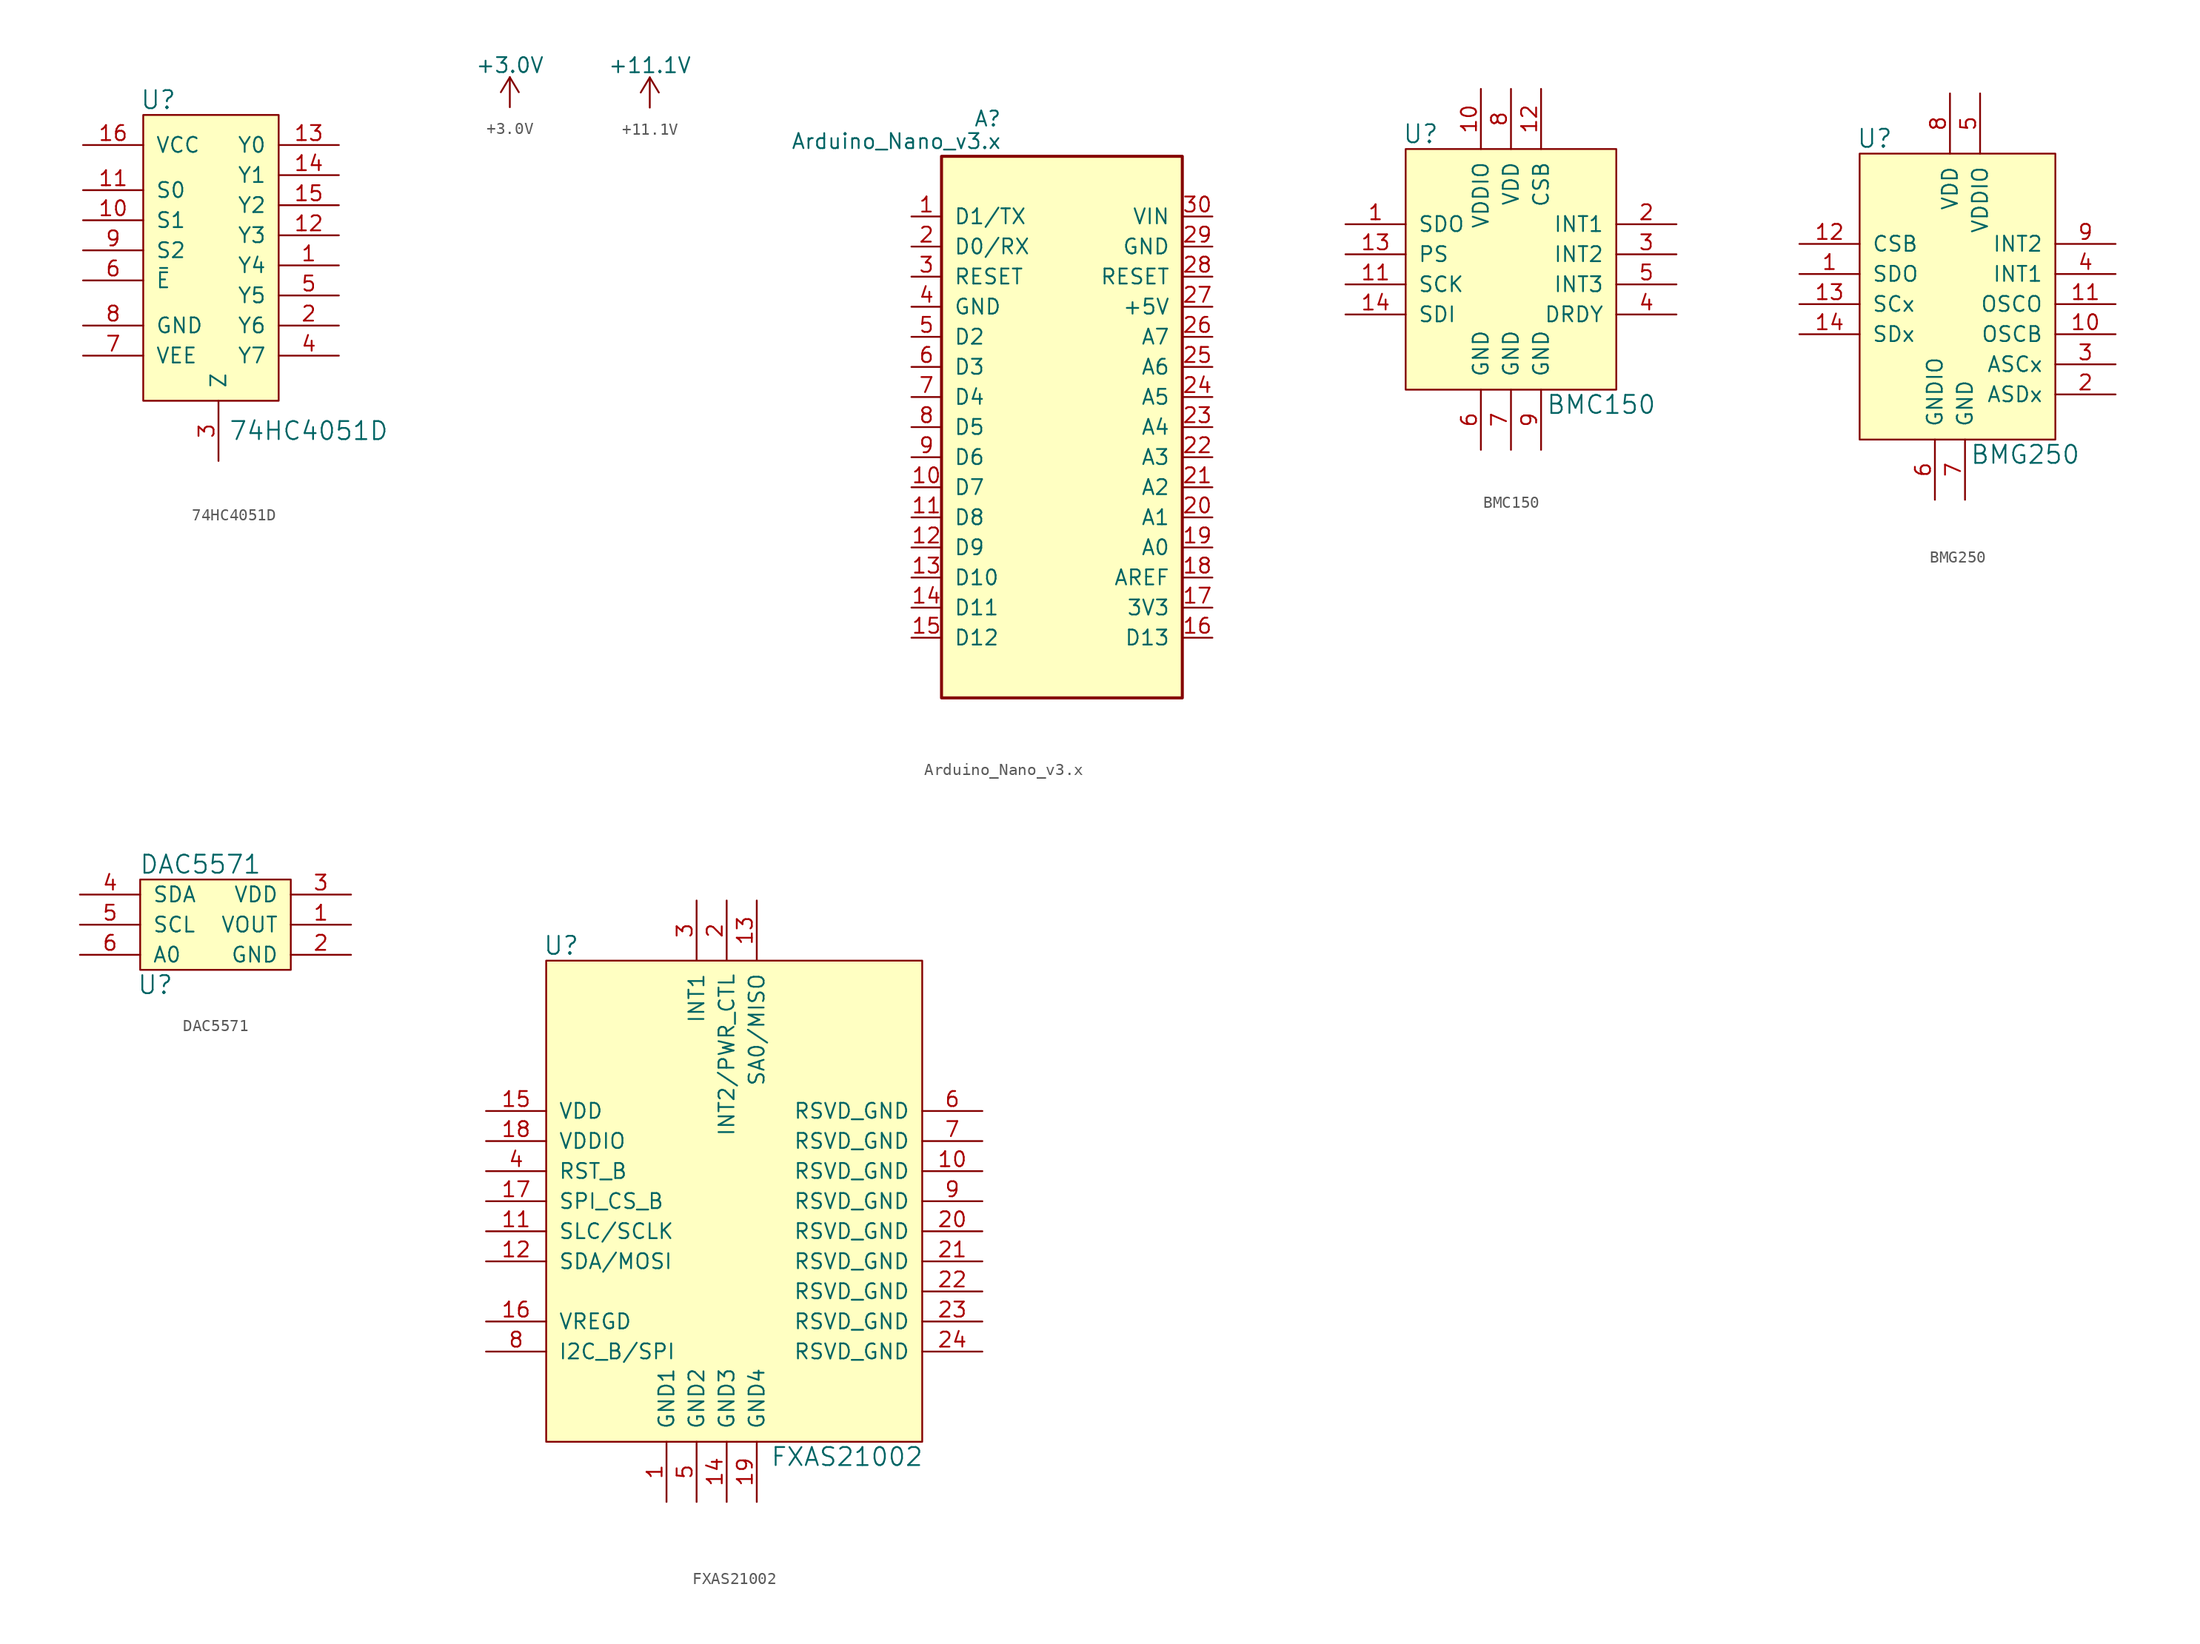
<source format=kicad_sym>
(kicad_symbol_lib
  (version 20211014)
  (generator kicad_symbol_editor)
  (symbol "74HC4051D"
    (pin_names
      (offset 1.016))
    (property "Reference" "U"
      (at -5.08 13.97 0)
      (effects (font (size 1.524 1.524))))
    (property "Value" "74HC4051D"
      (at 7.62 -13.97 0)
      (effects (font (size 1.524 1.524))))
    (symbol "74HC4051D_0_1"
      (rectangle (start -6.35 -11.43) (end 5.08 12.7) (stroke (width 0) (type default) (color 0 0 0 0)) (fill (type background))))
    (symbol "74HC4051D_1_1"
      (pin input line (at 10.16 0 180) (length 5.08) (name "Y4" (effects (font (size 1.27 1.27)))) (number "1" (effects (font (size 1.27 1.27)))))
      (pin input line (at -11.43 3.81 0) (length 5.08) (name "S1" (effects (font (size 1.27 1.27)))) (number "10" (effects (font (size 1.27 1.27)))))
      (pin input line (at -11.43 6.35 0) (length 5.08) (name "S0" (effects (font (size 1.27 1.27)))) (number "11" (effects (font (size 1.27 1.27)))))
      (pin input line (at 10.16 2.54 180) (length 5.08) (name "Y3" (effects (font (size 1.27 1.27)))) (number "12" (effects (font (size 1.27 1.27)))))
      (pin input line (at 10.16 10.16 180) (length 5.08) (name "Y0" (effects (font (size 1.27 1.27)))) (number "13" (effects (font (size 1.27 1.27)))))
      (pin input line (at 10.16 7.62 180) (length 5.08) (name "Y1" (effects (font (size 1.27 1.27)))) (number "14" (effects (font (size 1.27 1.27)))))
      (pin input line (at 10.16 5.08 180) (length 5.08) (name "Y2" (effects (font (size 1.27 1.27)))) (number "15" (effects (font (size 1.27 1.27)))))
      (pin input line (at -11.43 10.16 0) (length 5.08) (name "VCC" (effects (font (size 1.27 1.27)))) (number "16" (effects (font (size 1.27 1.27)))))
      (pin input line (at 10.16 -5.08 180) (length 5.08) (name "Y6" (effects (font (size 1.27 1.27)))) (number "2" (effects (font (size 1.27 1.27)))))
      (pin input line (at 0 -16.51 90) (length 5.08) (name "Z" (effects (font (size 1.27 1.27)))) (number "3" (effects (font (size 1.27 1.27)))))
      (pin input line (at 10.16 -7.62 180) (length 5.08) (name "Y7" (effects (font (size 1.27 1.27)))) (number "4" (effects (font (size 1.27 1.27)))))
      (pin input line (at 10.16 -2.54 180) (length 5.08) (name "Y5" (effects (font (size 1.27 1.27)))) (number "5" (effects (font (size 1.27 1.27)))))
      (pin input line (at -11.43 -1.27 0) (length 5.08) (name "Ē" (effects (font (size 1.27 1.27)))) (number "6" (effects (font (size 1.27 1.27)))))
      (pin input line (at -11.43 -7.62 0) (length 5.08) (name "VEE" (effects (font (size 1.27 1.27)))) (number "7" (effects (font (size 1.27 1.27)))))
      (pin input line (at -11.43 -5.08 0) (length 5.08) (name "GND" (effects (font (size 1.27 1.27)))) (number "8" (effects (font (size 1.27 1.27)))))
      (pin input line (at -11.43 1.27 0) (length 5.08) (name "S2" (effects (font (size 1.27 1.27)))) (number "9" (effects (font (size 1.27 1.27)))))))
  (symbol "+3.0V"
    (power)
    (pin_names
      (offset 0))
    (property "Reference" "#PWR"
      (at 0 -3.81 0)
      (effects (font (size 1.27 1.27)) hide))
    (property "Value" "+3.0V"
      (at 0 3.556 0)
      (effects (font (size 1.27 1.27))))
    (symbol "+3.0V_0_1"
      (polyline (pts (xy -0.762 1.27) (xy 0 2.54)) (stroke (width 0) (type default) (color 0 0 0 0)) (fill (type none)))
      (polyline (pts (xy 0 0) (xy 0 2.54)) (stroke (width 0) (type default) (color 0 0 0 0)) (fill (type none)))
      (polyline (pts (xy 0 2.54) (xy 0.762 1.27)) (stroke (width 0) (type default) (color 0 0 0 0)) (fill (type none))))
    (symbol "+3.0V_1_1"
      (pin power_in line (at 0 0 90) (length 0) hide (name "+3.0V" (effects (font (size 1.27 1.27)))) (number "1" (effects (font (size 1.27 1.27)))))))
  (symbol "+11.1V"
    (power)
    (pin_names
      (offset 0))
    (property "Reference" "#PWR"
      (at 0 -3.81 0)
      (effects (font (size 1.27 1.27)) hide))
    (property "Value" "+11.1V"
      (at 0 3.556 0)
      (effects (font (size 1.27 1.27))))
    (symbol "+11.1V_0_1"
      (polyline (pts (xy -0.762 1.27) (xy 0 2.54)) (stroke (width 0) (type default) (color 0 0 0 0)) (fill (type none)))
      (polyline (pts (xy 0 0) (xy 0 2.54)) (stroke (width 0) (type default) (color 0 0 0 0)) (fill (type none)))
      (polyline (pts (xy 0 2.54) (xy 0.762 1.27)) (stroke (width 0) (type default) (color 0 0 0 0)) (fill (type none))))
    (symbol "+11.1V_1_1"
      (pin power_in line (at 0 0 90) (length 0) hide (name "+11.1V" (effects (font (size 1.27 1.27)))) (number "1" (effects (font (size 1.27 1.27)))))))
  (symbol "Arduino_Nano_v3.x"
    (pin_names
      (offset 1.016))
    (property "Reference" "A"
      (at -5.08 26.035 0)
      (effects (font (size 1.27 1.27)) (justify right)))
    (property "Value" "Arduino_Nano_v3.x"
      (at -5.08 24.13 0)
      (effects (font (size 1.27 1.27)) (justify right)))
    (symbol "Arduino_Nano_v3.x_0_1"
      (rectangle (start -10.16 22.86) (end 10.16 -22.86) (stroke (width 0.254) (type default) (color 0 0 0 0)) (fill (type background))))
    (symbol "Arduino_Nano_v3.x_1_1"
      (pin bidirectional line (at -12.7 17.78 0) (length 2.54) (name "D1/TX" (effects (font (size 1.27 1.27)))) (number "1" (effects (font (size 1.27 1.27)))))
      (pin bidirectional line (at -12.7 -5.08 0) (length 2.54) (name "D7" (effects (font (size 1.27 1.27)))) (number "10" (effects (font (size 1.27 1.27)))))
      (pin bidirectional line (at -12.7 -7.62 0) (length 2.54) (name "D8" (effects (font (size 1.27 1.27)))) (number "11" (effects (font (size 1.27 1.27)))))
      (pin bidirectional line (at -12.7 -10.16 0) (length 2.54) (name "D9" (effects (font (size 1.27 1.27)))) (number "12" (effects (font (size 1.27 1.27)))))
      (pin bidirectional line (at -12.7 -12.7 0) (length 2.54) (name "D10" (effects (font (size 1.27 1.27)))) (number "13" (effects (font (size 1.27 1.27)))))
      (pin bidirectional line (at -12.7 -15.24 0) (length 2.54) (name "D11" (effects (font (size 1.27 1.27)))) (number "14" (effects (font (size 1.27 1.27)))))
      (pin bidirectional line (at -12.7 -17.78 0) (length 2.54) (name "D12" (effects (font (size 1.27 1.27)))) (number "15" (effects (font (size 1.27 1.27)))))
      (pin bidirectional line (at 12.7 -17.78 180) (length 2.54) (name "D13" (effects (font (size 1.27 1.27)))) (number "16" (effects (font (size 1.27 1.27)))))
      (pin power_out line (at 12.7 -15.24 180) (length 2.54) (name "3V3" (effects (font (size 1.27 1.27)))) (number "17" (effects (font (size 1.27 1.27)))))
      (pin input line (at 12.7 -12.7 180) (length 2.54) (name "AREF" (effects (font (size 1.27 1.27)))) (number "18" (effects (font (size 1.27 1.27)))))
      (pin bidirectional line (at 12.7 -10.16 180) (length 2.54) (name "A0" (effects (font (size 1.27 1.27)))) (number "19" (effects (font (size 1.27 1.27)))))
      (pin bidirectional line (at -12.7 15.24 0) (length 2.54) (name "D0/RX" (effects (font (size 1.27 1.27)))) (number "2" (effects (font (size 1.27 1.27)))))
      (pin bidirectional line (at 12.7 -7.62 180) (length 2.54) (name "A1" (effects (font (size 1.27 1.27)))) (number "20" (effects (font (size 1.27 1.27)))))
      (pin bidirectional line (at 12.7 -5.08 180) (length 2.54) (name "A2" (effects (font (size 1.27 1.27)))) (number "21" (effects (font (size 1.27 1.27)))))
      (pin bidirectional line (at 12.7 -2.54 180) (length 2.54) (name "A3" (effects (font (size 1.27 1.27)))) (number "22" (effects (font (size 1.27 1.27)))))
      (pin bidirectional line (at 12.7 0 180) (length 2.54) (name "A4" (effects (font (size 1.27 1.27)))) (number "23" (effects (font (size 1.27 1.27)))))
      (pin bidirectional line (at 12.7 2.54 180) (length 2.54) (name "A5" (effects (font (size 1.27 1.27)))) (number "24" (effects (font (size 1.27 1.27)))))
      (pin bidirectional line (at 12.7 5.08 180) (length 2.54) (name "A6" (effects (font (size 1.27 1.27)))) (number "25" (effects (font (size 1.27 1.27)))))
      (pin bidirectional line (at 12.7 7.62 180) (length 2.54) (name "A7" (effects (font (size 1.27 1.27)))) (number "26" (effects (font (size 1.27 1.27)))))
      (pin power_out line (at 12.7 10.16 180) (length 2.54) (name "+5V" (effects (font (size 1.27 1.27)))) (number "27" (effects (font (size 1.27 1.27)))))
      (pin input line (at 12.7 12.7 180) (length 2.54) (name "RESET" (effects (font (size 1.27 1.27)))) (number "28" (effects (font (size 1.27 1.27)))))
      (pin power_in line (at 12.7 15.24 180) (length 2.54) (name "GND" (effects (font (size 1.27 1.27)))) (number "29" (effects (font (size 1.27 1.27)))))
      (pin input line (at -12.7 12.7 0) (length 2.54) (name "RESET" (effects (font (size 1.27 1.27)))) (number "3" (effects (font (size 1.27 1.27)))))
      (pin power_in line (at 12.7 17.78 180) (length 2.54) (name "VIN" (effects (font (size 1.27 1.27)))) (number "30" (effects (font (size 1.27 1.27)))))
      (pin power_in line (at -12.7 10.16 0) (length 2.54) (name "GND" (effects (font (size 1.27 1.27)))) (number "4" (effects (font (size 1.27 1.27)))))
      (pin bidirectional line (at -12.7 7.62 0) (length 2.54) (name "D2" (effects (font (size 1.27 1.27)))) (number "5" (effects (font (size 1.27 1.27)))))
      (pin bidirectional line (at -12.7 5.08 0) (length 2.54) (name "D3" (effects (font (size 1.27 1.27)))) (number "6" (effects (font (size 1.27 1.27)))))
      (pin bidirectional line (at -12.7 2.54 0) (length 2.54) (name "D4" (effects (font (size 1.27 1.27)))) (number "7" (effects (font (size 1.27 1.27)))))
      (pin bidirectional line (at -12.7 0 0) (length 2.54) (name "D5" (effects (font (size 1.27 1.27)))) (number "8" (effects (font (size 1.27 1.27)))))
      (pin bidirectional line (at -12.7 -2.54 0) (length 2.54) (name "D6" (effects (font (size 1.27 1.27)))) (number "9" (effects (font (size 1.27 1.27)))))))
  (symbol "BMC150"
    (pin_names
      (offset 1.016))
    (property "Reference" "U"
      (at -7.62 11.43 0)
      (effects (font (size 1.524 1.524))))
    (property "Value" "BMC150"
      (at 7.62 -11.43 0)
      (effects (font (size 1.524 1.524))))
    (symbol "BMC150_0_1"
      (rectangle (start -8.89 10.16) (end 8.89 -10.16) (stroke (width 0) (type default) (color 0 0 0 0)) (fill (type background))))
    (symbol "BMC150_1_1"
      (pin input line (at -13.97 3.81 0) (length 5.08) (name "SDO" (effects (font (size 1.27 1.27)))) (number "1" (effects (font (size 1.27 1.27)))))
      (pin input line (at -2.54 15.24 270) (length 5.08) (name "VDDIO" (effects (font (size 1.27 1.27)))) (number "10" (effects (font (size 1.27 1.27)))))
      (pin input line (at -13.97 -1.27 0) (length 5.08) (name "SCK" (effects (font (size 1.27 1.27)))) (number "11" (effects (font (size 1.27 1.27)))))
      (pin input line (at 2.54 15.24 270) (length 5.08) (name "CSB" (effects (font (size 1.27 1.27)))) (number "12" (effects (font (size 1.27 1.27)))))
      (pin input line (at -13.97 1.27 0) (length 5.08) (name "PS" (effects (font (size 1.27 1.27)))) (number "13" (effects (font (size 1.27 1.27)))))
      (pin input line (at -13.97 -3.81 0) (length 5.08) (name "SDI" (effects (font (size 1.27 1.27)))) (number "14" (effects (font (size 1.27 1.27)))))
      (pin input line (at 13.97 3.81 180) (length 5.08) (name "INT1" (effects (font (size 1.27 1.27)))) (number "2" (effects (font (size 1.27 1.27)))))
      (pin input line (at 13.97 1.27 180) (length 5.08) (name "INT2" (effects (font (size 1.27 1.27)))) (number "3" (effects (font (size 1.27 1.27)))))
      (pin input line (at 13.97 -3.81 180) (length 5.08) (name "DRDY" (effects (font (size 1.27 1.27)))) (number "4" (effects (font (size 1.27 1.27)))))
      (pin input line (at 13.97 -1.27 180) (length 5.08) (name "INT3" (effects (font (size 1.27 1.27)))) (number "5" (effects (font (size 1.27 1.27)))))
      (pin input line (at -2.54 -15.24 90) (length 5.08) (name "GND" (effects (font (size 1.27 1.27)))) (number "6" (effects (font (size 1.27 1.27)))))
      (pin input line (at 0 -15.24 90) (length 5.08) (name "GND" (effects (font (size 1.27 1.27)))) (number "7" (effects (font (size 1.27 1.27)))))
      (pin input line (at 0 15.24 270) (length 5.08) (name "VDD" (effects (font (size 1.27 1.27)))) (number "8" (effects (font (size 1.27 1.27)))))
      (pin input line (at 2.54 -15.24 90) (length 5.08) (name "GND" (effects (font (size 1.27 1.27)))) (number "9" (effects (font (size 1.27 1.27)))))))
  (symbol "BMG250"
    (pin_names
      (offset 1.016))
    (property "Reference" "U"
      (at -7.62 19.05 0)
      (effects (font (size 1.524 1.524))))
    (property "Value" "BMG250"
      (at 5.08 -7.62 0)
      (effects (font (size 1.524 1.524))))
    (symbol "BMG250_0_1"
      (rectangle (start -8.89 17.78) (end 7.62 -6.35) (stroke (width 0) (type default) (color 0 0 0 0)) (fill (type background))))
    (symbol "BMG250_1_1"
      (pin input line (at -13.97 7.62 0) (length 5.08) (name "SDO" (effects (font (size 1.27 1.27)))) (number "1" (effects (font (size 1.27 1.27)))))
      (pin input line (at 12.7 2.54 180) (length 5.08) (name "OSCB" (effects (font (size 1.27 1.27)))) (number "10" (effects (font (size 1.27 1.27)))))
      (pin input line (at 12.7 5.08 180) (length 5.08) (name "OSCO" (effects (font (size 1.27 1.27)))) (number "11" (effects (font (size 1.27 1.27)))))
      (pin input line (at -13.97 10.16 0) (length 5.08) (name "CSB" (effects (font (size 1.27 1.27)))) (number "12" (effects (font (size 1.27 1.27)))))
      (pin input line (at -13.97 5.08 0) (length 5.08) (name "SCx" (effects (font (size 1.27 1.27)))) (number "13" (effects (font (size 1.27 1.27)))))
      (pin input line (at -13.97 2.54 0) (length 5.08) (name "SDx" (effects (font (size 1.27 1.27)))) (number "14" (effects (font (size 1.27 1.27)))))
      (pin input line (at 12.7 -2.54 180) (length 5.08) (name "ASDx" (effects (font (size 1.27 1.27)))) (number "2" (effects (font (size 1.27 1.27)))))
      (pin input line (at 12.7 0 180) (length 5.08) (name "ASCx" (effects (font (size 1.27 1.27)))) (number "3" (effects (font (size 1.27 1.27)))))
      (pin input line (at 12.7 7.62 180) (length 5.08) (name "INT1" (effects (font (size 1.27 1.27)))) (number "4" (effects (font (size 1.27 1.27)))))
      (pin input line (at 1.27 22.86 270) (length 5.08) (name "VDDIO" (effects (font (size 1.27 1.27)))) (number "5" (effects (font (size 1.27 1.27)))))
      (pin input line (at -2.54 -11.43 90) (length 5.08) (name "GNDIO" (effects (font (size 1.27 1.27)))) (number "6" (effects (font (size 1.27 1.27)))))
      (pin input line (at 0 -11.43 90) (length 5.08) (name "GND" (effects (font (size 1.27 1.27)))) (number "7" (effects (font (size 1.27 1.27)))))
      (pin input line (at -1.27 22.86 270) (length 5.08) (name "VDD" (effects (font (size 1.27 1.27)))) (number "8" (effects (font (size 1.27 1.27)))))
      (pin input line (at 12.7 10.16 180) (length 5.08) (name "INT2" (effects (font (size 1.27 1.27)))) (number "9" (effects (font (size 1.27 1.27)))))))
  (symbol "DAC5571"
    (pin_names
      (offset 1.016))
    (property "Reference" "U"
      (at -5.08 -6.35 0)
      (effects (font (size 1.524 1.524))))
    (property "Value" "DAC5571"
      (at -1.27 3.81 0)
      (effects (font (size 1.524 1.524))))
    (symbol "DAC5571_0_1"
      (rectangle (start -6.35 2.54) (end 6.35 -5.08) (stroke (width 0) (type default) (color 0 0 0 0)) (fill (type background))))
    (symbol "DAC5571_1_1"
      (pin output line (at 11.43 -1.27 180) (length 5.08) (name "VOUT" (effects (font (size 1.27 1.27)))) (number "1" (effects (font (size 1.27 1.27)))))
      (pin power_in line (at 11.43 -3.81 180) (length 5.08) (name "GND" (effects (font (size 1.27 1.27)))) (number "2" (effects (font (size 1.27 1.27)))))
      (pin power_in line (at 11.43 1.27 180) (length 5.08) (name "VDD" (effects (font (size 1.27 1.27)))) (number "3" (effects (font (size 1.27 1.27)))))
      (pin passive line (at -11.43 1.27 0) (length 5.08) (name "SDA" (effects (font (size 1.27 1.27)))) (number "4" (effects (font (size 1.27 1.27)))))
      (pin passive line (at -11.43 -1.27 0) (length 5.08) (name "SCL" (effects (font (size 1.27 1.27)))) (number "5" (effects (font (size 1.27 1.27)))))
      (pin passive line (at -11.43 -3.81 0) (length 5.08) (name "A0" (effects (font (size 1.27 1.27)))) (number "6" (effects (font (size 1.27 1.27)))))))
  (symbol "FXAS21002"
    (pin_names
      (offset 1.016))
    (property "Reference" "U"
      (at -15.24 17.78 0)
      (effects (font (size 1.524 1.524))))
    (property "Value" "FXAS21002"
      (at 8.89 -25.4 0)
      (effects (font (size 1.524 1.524))))
    (symbol "FXAS21002_0_1"
      (rectangle (start -16.51 -24.13) (end 15.24 16.51) (stroke (width 0) (type default) (color 0 0 0 0)) (fill (type background))))
    (symbol "FXAS21002_1_1"
      (pin input line (at -6.35 -29.21 90) (length 5.08) (name "GND1" (effects (font (size 1.27 1.27)))) (number "1" (effects (font (size 1.27 1.27)))))
      (pin input line (at 20.32 -1.27 180) (length 5.08) (name "RSVD_GND" (effects (font (size 1.27 1.27)))) (number "10" (effects (font (size 1.27 1.27)))))
      (pin input line (at -21.59 -6.35 0) (length 5.08) (name "SLC/SCLK" (effects (font (size 1.27 1.27)))) (number "11" (effects (font (size 1.27 1.27)))))
      (pin input line (at -21.59 -8.89 0) (length 5.08) (name "SDA/MOSI" (effects (font (size 1.27 1.27)))) (number "12" (effects (font (size 1.27 1.27)))))
      (pin input line (at 1.27 21.59 270) (length 5.08) (name "SA0/MISO" (effects (font (size 1.27 1.27)))) (number "13" (effects (font (size 1.27 1.27)))))
      (pin input line (at -1.27 -29.21 90) (length 5.08) (name "GND3" (effects (font (size 1.27 1.27)))) (number "14" (effects (font (size 1.27 1.27)))))
      (pin input line (at -21.59 3.81 0) (length 5.08) (name "VDD" (effects (font (size 1.27 1.27)))) (number "15" (effects (font (size 1.27 1.27)))))
      (pin input line (at -21.59 -13.97 0) (length 5.08) (name "VREGD" (effects (font (size 1.27 1.27)))) (number "16" (effects (font (size 1.27 1.27)))))
      (pin input line (at -21.59 -3.81 0) (length 5.08) (name "SPI_CS_B" (effects (font (size 1.27 1.27)))) (number "17" (effects (font (size 1.27 1.27)))))
      (pin input line (at -21.59 1.27 0) (length 5.08) (name "VDDIO" (effects (font (size 1.27 1.27)))) (number "18" (effects (font (size 1.27 1.27)))))
      (pin input line (at 1.27 -29.21 90) (length 5.08) (name "GND4" (effects (font (size 1.27 1.27)))) (number "19" (effects (font (size 1.27 1.27)))))
      (pin input line (at -1.27 21.59 270) (length 5.08) (name "INT2/PWR_CTL" (effects (font (size 1.27 1.27)))) (number "2" (effects (font (size 1.27 1.27)))))
      (pin input line (at 20.32 -6.35 180) (length 5.08) (name "RSVD_GND" (effects (font (size 1.27 1.27)))) (number "20" (effects (font (size 1.27 1.27)))))
      (pin input line (at 20.32 -8.89 180) (length 5.08) (name "RSVD_GND" (effects (font (size 1.27 1.27)))) (number "21" (effects (font (size 1.27 1.27)))))
      (pin input line (at 20.32 -11.43 180) (length 5.08) (name "RSVD_GND" (effects (font (size 1.27 1.27)))) (number "22" (effects (font (size 1.27 1.27)))))
      (pin input line (at 20.32 -13.97 180) (length 5.08) (name "RSVD_GND" (effects (font (size 1.27 1.27)))) (number "23" (effects (font (size 1.27 1.27)))))
      (pin input line (at 20.32 -16.51 180) (length 5.08) (name "RSVD_GND" (effects (font (size 1.27 1.27)))) (number "24" (effects (font (size 1.27 1.27)))))
      (pin input line (at -3.81 21.59 270) (length 5.08) (name "INT1" (effects (font (size 1.27 1.27)))) (number "3" (effects (font (size 1.27 1.27)))))
      (pin input line (at -21.59 -1.27 0) (length 5.08) (name "RST_B" (effects (font (size 1.27 1.27)))) (number "4" (effects (font (size 1.27 1.27)))))
      (pin input line (at -3.81 -29.21 90) (length 5.08) (name "GND2" (effects (font (size 1.27 1.27)))) (number "5" (effects (font (size 1.27 1.27)))))
      (pin input line (at 20.32 3.81 180) (length 5.08) (name "RSVD_GND" (effects (font (size 1.27 1.27)))) (number "6" (effects (font (size 1.27 1.27)))))
      (pin input line (at 20.32 1.27 180) (length 5.08) (name "RSVD_GND" (effects (font (size 1.27 1.27)))) (number "7" (effects (font (size 1.27 1.27)))))
      (pin input line (at -21.59 -16.51 0) (length 5.08) (name "I2C_B/SPI" (effects (font (size 1.27 1.27)))) (number "8" (effects (font (size 1.27 1.27)))))
      (pin input line (at 20.32 -3.81 180) (length 5.08) (name "RSVD_GND" (effects (font (size 1.27 1.27)))) (number "9" (effects (font (size 1.27 1.27))))))))
</source>
